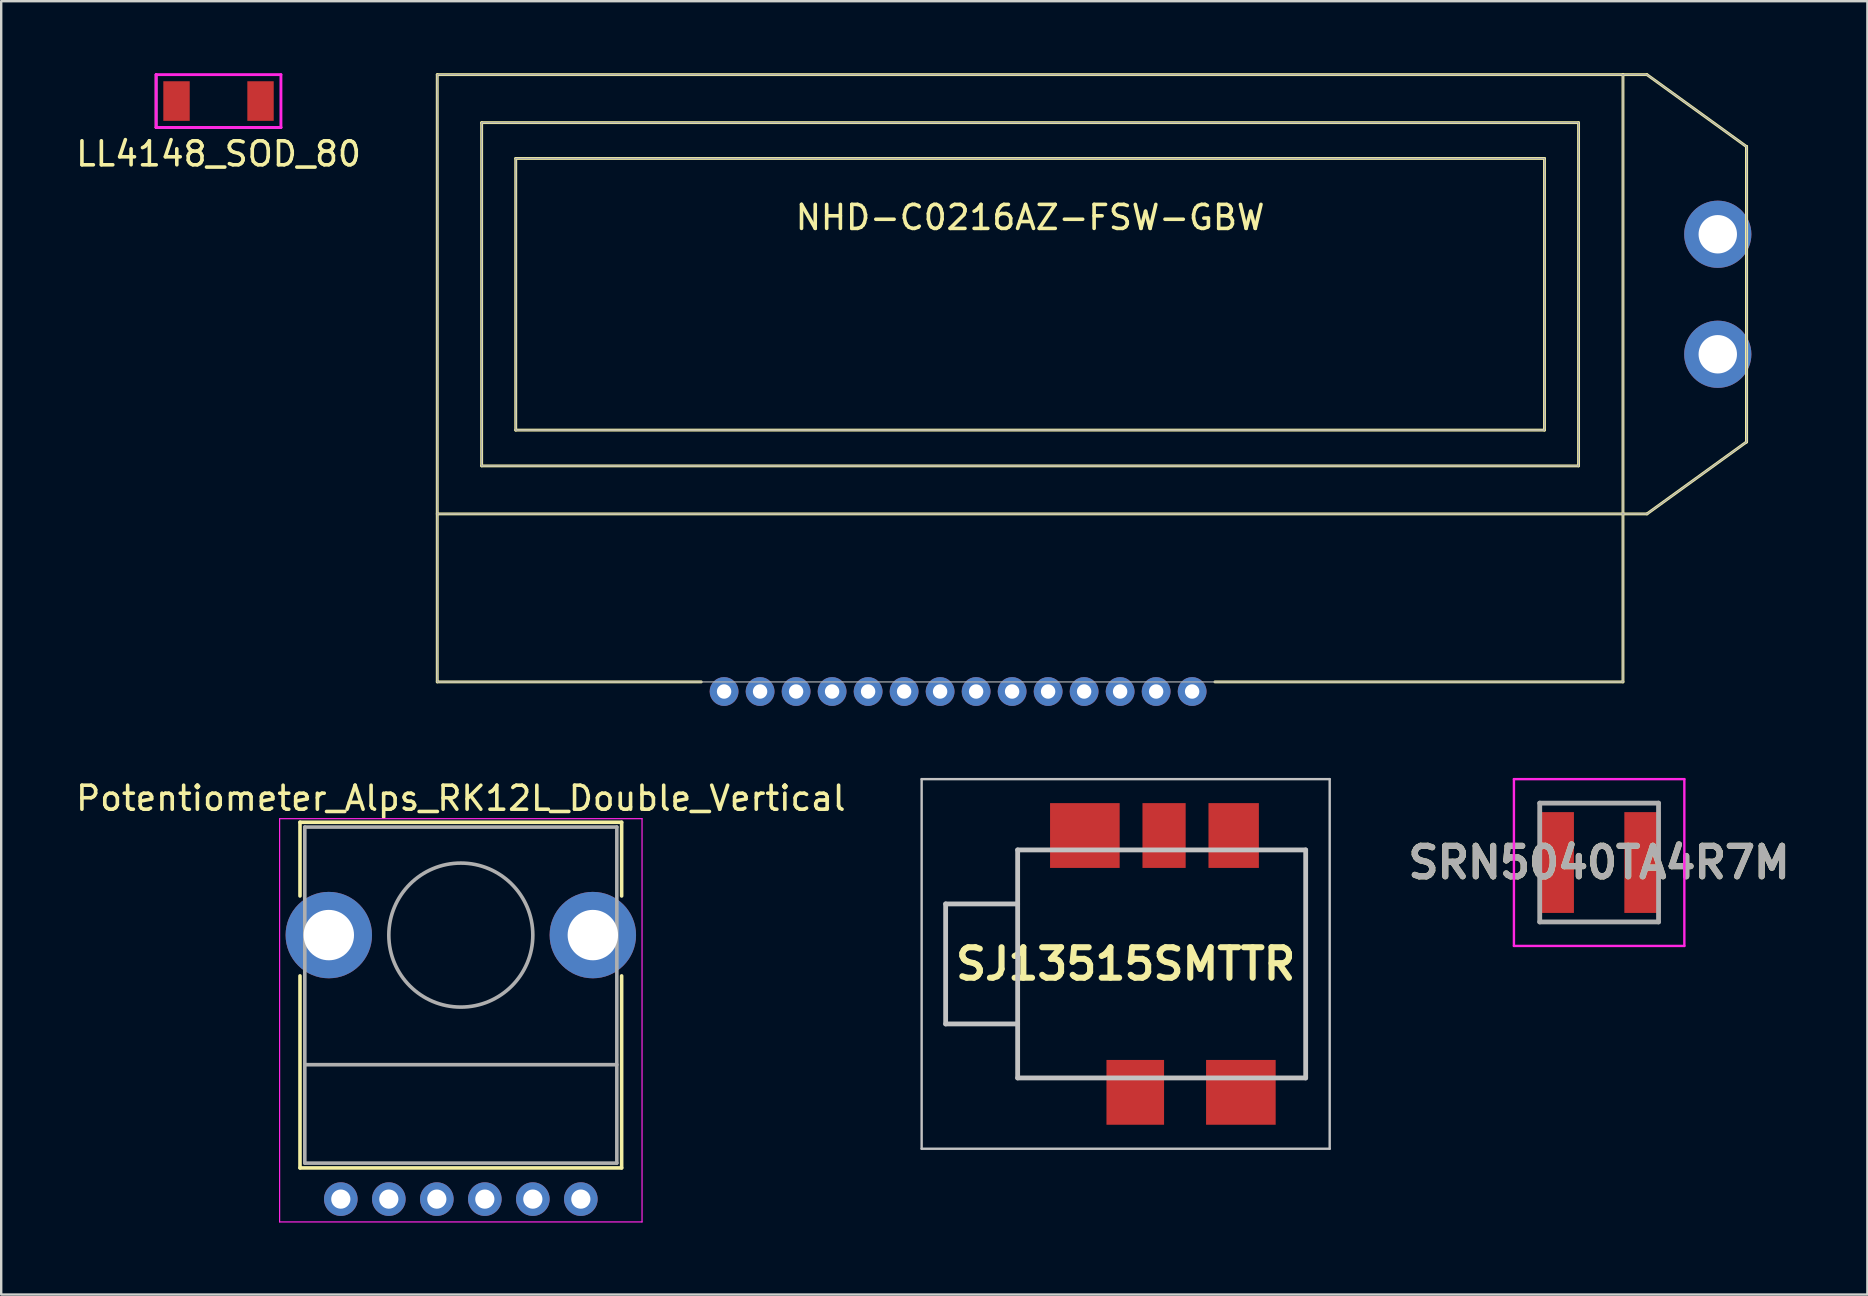
<source format=kicad_pcb>
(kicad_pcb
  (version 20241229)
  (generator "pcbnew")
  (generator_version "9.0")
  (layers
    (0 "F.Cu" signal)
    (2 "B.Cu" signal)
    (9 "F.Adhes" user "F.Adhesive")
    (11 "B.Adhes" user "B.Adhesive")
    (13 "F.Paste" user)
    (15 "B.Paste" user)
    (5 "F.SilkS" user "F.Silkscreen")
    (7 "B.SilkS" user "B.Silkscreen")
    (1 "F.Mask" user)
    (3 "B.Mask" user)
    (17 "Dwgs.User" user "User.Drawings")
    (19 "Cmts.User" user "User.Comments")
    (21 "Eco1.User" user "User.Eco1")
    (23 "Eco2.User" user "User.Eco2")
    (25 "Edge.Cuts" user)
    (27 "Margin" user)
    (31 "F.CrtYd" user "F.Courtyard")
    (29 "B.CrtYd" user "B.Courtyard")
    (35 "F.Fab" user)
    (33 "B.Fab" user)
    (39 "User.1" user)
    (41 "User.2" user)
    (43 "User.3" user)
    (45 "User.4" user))
  (footprint "SJ13515SMTTR"
    (layer "F.Cu")
    (at 43.848 37.11)
    (property "Reference" "SJ13515SMTTR" (at 0 0 0) (layer "F.SilkS") (effects (font (size 1.27 1.27) (thickness 0.254))))
    (attr through_hole)
    (fp_line (start -4.5 -4.75) (end -4.5 4.75) (stroke (width 0.1) (type solid)) (layer "F.SilkS"))
    (fp_line (start -4.5 4.75) (end -1.7 4.75) (stroke (width 0.1) (type solid)) (layer "F.SilkS"))
    (fp_line (start -4 -4.75) (end -4.5 -4.75) (stroke (width 0.1) (type solid)) (layer "F.SilkS"))
    (fp_line (start 6.5 -4.75) (end 7.5 -4.75) (stroke (width 0.1) (type solid)) (layer "F.SilkS"))
    (fp_line (start 7.5 -4.75) (end 7.5 4.75) (stroke (width 0.1) (type solid)) (layer "F.SilkS"))
    (fp_line (start 7.5 4.75) (end 6.5 4.75) (stroke (width 0.1) (type solid)) (layer "F.SilkS"))
    (fp_line (start -8.5 -7.7) (end 8.5 -7.7) (stroke (width 0.1) (type solid)) (layer "Dwgs.User"))
    (fp_line (start -8.5 7.7) (end -8.5 -7.7) (stroke (width 0.1) (type solid)) (layer "Dwgs.User"))
    (fp_line (start -7.5 -2.5) (end -4.5 -2.5) (stroke (width 0.2) (type solid)) (layer "Dwgs.User"))
    (fp_line (start -7.5 2.5) (end -7.5 -2.5) (stroke (width 0.2) (type solid)) (layer "Dwgs.User"))
    (fp_line (start -4.5 -4.75) (end 7.5 -4.75) (stroke (width 0.2) (type solid)) (layer "Dwgs.User"))
    (fp_line (start -4.5 2.5) (end -7.5 2.5) (stroke (width 0.2) (type solid)) (layer "Dwgs.User"))
    (fp_line (start -4.5 4.75) (end -4.5 -4.75) (stroke (width 0.2) (type solid)) (layer "Dwgs.User"))
    (fp_line (start 7.5 -4.75) (end 7.5 4.75) (stroke (width 0.2) (type solid)) (layer "Dwgs.User"))
    (fp_line (start 7.5 4.75) (end -4.5 4.75) (stroke (width 0.2) (type solid)) (layer "Dwgs.User"))
    (fp_line (start 8.5 -7.7) (end 8.5 7.7) (stroke (width 0.1) (type solid)) (layer "Dwgs.User"))
    (fp_line (start 8.5 7.7) (end -8.5 7.7) (stroke (width 0.1) (type solid)) (layer "Dwgs.User"))
    (pad "" np_thru_hole circle (at -1.5 0) (size 0.001 0.001) (drill 1.7) (layers "*.Cu" "*.Mask"))
    (pad "" np_thru_hole circle (at 4.5 0) (size 0.001 0.001) (drill 1.7) (layers "*.Cu" "*.Mask"))
    (pad "R" smd rect (at 4.5 -5.35) (size 2.1 2.7) (layers "F.Cu" "F.Mask" "F.Paste"))
    (pad "RN" smd rect (at 1.6 -5.35) (size 1.8 2.7) (layers "F.Cu" "F.Mask" "F.Paste"))
    (pad "S" smd rect (at -1.7 -5.35 90) (size 2.7 2.9) (layers "F.Cu" "F.Mask" "F.Paste"))
    (pad "T" smd rect (at 4.8 5.35 90) (size 2.7 2.9) (layers "F.Cu" "F.Mask" "F.Paste"))
    (pad "TN" smd rect (at 0.4 5.35) (size 2.4 2.7) (layers "F.Cu" "F.Mask" "F.Paste")))
  (footprint "LL4148_SOD_80"
    (layer "F.Cu")
    (at 6.054 1.16)
    (property "Reference" "LL4148_SOD_80" (at 0 2.2 0) (layer "F.SilkS") (effects (font (size 1 1) (thickness 0.15))))
    (attr smd)
    (fp_line (start -2.6 -1.1) (end -2.6 1.1) (stroke (width 0.05) (type solid)) (layer "F.SilkS"))
    (fp_line (start -2.6 1.1) (end 2.6 1.1) (stroke (width 0.05) (type solid)) (layer "F.SilkS"))
    (fp_line (start -2.6 -1.1) (end -2.6 1.1) (stroke (width 0.12) (type solid)) (layer "F.CrtYd"))
    (fp_line (start -2.6 1.1) (end 2.6 1.1) (stroke (width 0.12) (type solid)) (layer "F.CrtYd"))
    (fp_line (start 2.6 -1.1) (end -2.6 -1.1) (stroke (width 0.12) (type solid)) (layer "F.CrtYd"))
    (fp_line (start 2.6 1.1) (end 2.6 -1.1) (stroke (width 0.12) (type solid)) (layer "F.CrtYd"))
    (fp_line (start -2.6 -1.1) (end -2.6 1.1) (stroke (width 0.12) (type solid)) (layer "F.Fab"))
    (fp_line (start -2.6 1.1) (end 2.6 1.1) (stroke (width 0.12) (type solid)) (layer "F.Fab"))
    (pad "1" smd rect (at -1.75 0) (size 1.1 1.65) (layers "F.Cu" "F.Mask" "F.Paste"))
    (pad "2" smd rect (at 1.75 0) (size 1.1 1.65) (layers "F.Cu" "F.Mask" "F.Paste")))
  (footprint "SRN5040TA4R7M"
    (layer "F.Cu")
    (at 63.574 32.885)
    (property "Reference" "SRN5040TA4R7M" (at 0 0 0) (layer "F.SilkS") (effects (font (size 1.27 1.27) (thickness 0.254))))
    (attr smd)
    (fp_line (start -2.475 -2.475) (end 2.475 -2.475) (stroke (width 0.1) (type solid)) (layer "F.SilkS"))
    (fp_line (start -2.475 2.475) (end 2.475 2.475) (stroke (width 0.1) (type solid)) (layer "F.SilkS"))
    (fp_line (start -3.55 -3.475) (end 3.55 -3.475) (stroke (width 0.1) (type solid)) (layer "F.CrtYd"))
    (fp_line (start -3.55 3.475) (end -3.55 -3.475) (stroke (width 0.1) (type solid)) (layer "F.CrtYd"))
    (fp_line (start 3.55 -3.475) (end 3.55 3.475) (stroke (width 0.1) (type solid)) (layer "F.CrtYd"))
    (fp_line (start 3.55 3.475) (end -3.55 3.475) (stroke (width 0.1) (type solid)) (layer "F.CrtYd"))
    (fp_line (start -2.475 -2.475) (end 2.475 -2.475) (stroke (width 0.2) (type solid)) (layer "F.Fab"))
    (fp_line (start -2.475 2.475) (end -2.475 -2.475) (stroke (width 0.2) (type solid)) (layer "F.Fab"))
    (fp_line (start 2.475 -2.475) (end 2.475 2.475) (stroke (width 0.2) (type solid)) (layer "F.Fab"))
    (fp_line (start 2.475 2.475) (end -2.475 2.475) (stroke (width 0.2) (type solid)) (layer "F.Fab"))
    (fp_text user "${REFERENCE}" (at 0 0 0) (layer "F.Fab") (effects (font (size 1.27 1.27) (thickness 0.254))))
    (pad "1" smd rect (at -1.8 0) (size 1.5 4.2) (layers "F.Cu" "F.Mask" "F.Paste"))
    (pad "2" smd rect (at 1.8 0) (size 1.5 4.2) (layers "F.Cu" "F.Mask" "F.Paste")))
  (footprint "Potentiometer_Alps_RK12L_Double_Vertical"
    (layer "F.Cu")
    (at 16.149 35.908)
    (property "Reference" "Potentiometer_Alps_RK12L_Double_Vertical" (at 0 -5.7 0) (layer "F.SilkS") (effects (font (size 1 1) (thickness 0.15))))
    (attr through_hole)
    (fp_line (start -6.7 -1.63) (end -6.7 -4.7) (stroke (width 0.15) (type solid)) (layer "F.SilkS"))
    (fp_line (start -6.7 1.7) (end -6.7 9.7) (stroke (width 0.15) (type solid)) (layer "F.SilkS"))
    (fp_line (start -6.7 9.7) (end 6.7 9.7) (stroke (width 0.15) (type solid)) (layer "F.SilkS"))
    (fp_line (start 6.7 -4.7) (end -6.7 -4.7) (stroke (width 0.15) (type solid)) (layer "F.SilkS"))
    (fp_line (start 6.7 -1.63) (end 6.7 -4.7) (stroke (width 0.15) (type solid)) (layer "F.SilkS"))
    (fp_line (start 6.7 9.7) (end 6.7 1.7) (stroke (width 0.15) (type solid)) (layer "F.SilkS"))
    (fp_line (start -7.55 -4.85) (end -7.55 11.95) (stroke (width 0.05) (type solid)) (layer "F.CrtYd"))
    (fp_line (start -7.55 11.95) (end 7.55 11.95) (stroke (width 0.05) (type solid)) (layer "F.CrtYd"))
    (fp_line (start 7.55 -4.85) (end -7.55 -4.85) (stroke (width 0.05) (type solid)) (layer "F.CrtYd"))
    (fp_line (start 7.55 11.95) (end 7.55 -4.85) (stroke (width 0.05) (type solid)) (layer "F.CrtYd"))
    (fp_line (start -6.5 -4.5) (end -6.5 9.5) (stroke (width 0.15) (type solid)) (layer "F.Fab"))
    (fp_line (start -6.5 5.4) (end 6.5 5.4) (stroke (width 0.15) (type solid)) (layer "F.Fab"))
    (fp_line (start -6.5 9.5) (end 6.5 9.5) (stroke (width 0.15) (type solid)) (layer "F.Fab"))
    (fp_line (start 6.5 -4.5) (end -6.5 -4.5) (stroke (width 0.15) (type solid)) (layer "F.Fab"))
    (fp_line (start 6.5 9.5) (end 6.5 -4.5) (stroke (width 0.15) (type solid)) (layer "F.Fab"))
    (fp_circle (center 0 0) (end 3 0) (stroke (width 0.15) (type solid)) (fill no) (layer "F.Fab"))
    (pad "1A" thru_hole circle (at -1 11) (size 1.4 1.4) (drill 0.8) (layers "*.Cu" "*.Mask"))
    (pad "1B" thru_hole circle (at -3 11) (size 1.4 1.4) (drill 0.8) (layers "*.Cu" "*.Mask"))
    (pad "2A" thru_hole circle (at 1 11) (size 1.4 1.4) (drill 0.8) (layers "*.Cu" "*.Mask"))
    (pad "2B" thru_hole circle (at -5 11) (size 1.4 1.4) (drill 0.8) (layers "*.Cu" "*.Mask"))
    (pad "3A" thru_hole circle (at 3 11) (size 1.4 1.4) (drill 0.8) (layers "*.Cu" "*.Mask"))
    (pad "3B" thru_hole circle (at 5 11) (size 1.4 1.4) (drill 0.8) (layers "*.Cu" "*.Mask"))
    (pad "CHASSIS1" thru_hole circle (at -5.5 0) (size 3.6 3.6) (drill 2.1) (layers "*.Cu" "*.Mask"))
    (pad "CHASSIS2" thru_hole circle (at 5.5 0) (size 3.6 3.6) (drill 2.1) (layers "*.Cu" "*.Mask")))
  (footprint "NHD-C0216AZ-FSW-GBW"
    (layer "F.Cu")
    (at 39.867 12.71)
    (property "Reference" "NHD-C0216AZ-FSW-GBW" (at 0 -6.7 0) (layer "F.SilkS") (effects (font (size 1 1) (thickness 0.15))))
    (attr through_hole)
    (fp_line (start -24.7 -12.65) (end -24.7 12.65) (stroke (width 0.12) (type solid)) (layer "F.SilkS"))
    (fp_line (start -24.7 -12.65) (end 24.7 -12.65) (stroke (width 0.12) (type solid)) (layer "F.SilkS"))
    (fp_line (start -24.7 12.65) (end -13.7 12.65) (stroke (width 0.12) (type solid)) (layer "F.SilkS"))
    (fp_line (start -22.85 -10.65) (end -22.85 3.65) (stroke (width 0.12) (type solid)) (layer "F.SilkS"))
    (fp_line (start -22.85 -10.65) (end 22.85 -10.65) (stroke (width 0.12) (type solid)) (layer "F.SilkS"))
    (fp_line (start -22.85 3.65) (end 22.85 3.65) (stroke (width 0.12) (type solid)) (layer "F.SilkS"))
    (fp_line (start -21.43 -9.16) (end -21.43 2.16) (stroke (width 0.12) (type solid)) (layer "F.SilkS"))
    (fp_line (start -21.43 -9.16) (end 21.43 -9.16) (stroke (width 0.12) (type solid)) (layer "F.SilkS"))
    (fp_line (start -21.43 2.16) (end 21.43 2.16) (stroke (width 0.12) (type solid)) (layer "F.SilkS"))
    (fp_line (start 7.7 12.65) (end 24.7 12.65) (stroke (width 0.12) (type solid)) (layer "F.SilkS"))
    (fp_line (start 21.43 -9.16) (end 21.43 2.16) (stroke (width 0.12) (type solid)) (layer "F.SilkS"))
    (fp_line (start 22.85 -10.65) (end 22.85 3.65) (stroke (width 0.12) (type solid)) (layer "F.SilkS"))
    (fp_line (start 24.7 -12.65) (end 24.7 12.65) (stroke (width 0.12) (type solid)) (layer "F.SilkS"))
    (fp_line (start 24.7 -12.65) (end 25.7 -12.65) (stroke (width 0.12) (type solid)) (layer "F.SilkS"))
    (fp_line (start 24.7 5.65) (end -24.7 5.65) (stroke (width 0.12) (type solid)) (layer "F.SilkS"))
    (fp_line (start 24.7 5.65) (end 25.7 5.65) (stroke (width 0.12) (type solid)) (layer "F.SilkS"))
    (fp_line (start 25.7 5.65) (end 29.85 2.65) (stroke (width 0.12) (type solid)) (layer "F.SilkS"))
    (fp_line (start 29.85 -9.65) (end 25.7 -12.65) (stroke (width 0.12) (type solid)) (layer "F.SilkS"))
    (fp_line (start 29.85 -9.65) (end 29.85 2.65) (stroke (width 0.12) (type solid)) (layer "F.SilkS"))
    (fp_line (start 29.85 -9.65) (end 29.85 2.65) (stroke (width 0.12) (type solid)) (layer "F.SilkS"))
    (fp_line (start 29.85 -9.65) (end 29.85 2.65) (stroke (width 0.12) (type solid)) (layer "F.SilkS"))
    (fp_line (start -24.7 -12.65) (end -24.7 12.65) (stroke (width 0.05) (type solid)) (layer "F.Fab"))
    (fp_line (start -24.7 -12.65) (end 24.7 -12.65) (stroke (width 0.05) (type solid)) (layer "F.Fab"))
    (fp_line (start -24.7 12.65) (end 24.7 12.65) (stroke (width 0.05) (type solid)) (layer "F.Fab"))
    (fp_line (start -22.85 -10.65) (end -22.85 3.65) (stroke (width 0.05) (type solid)) (layer "F.Fab"))
    (fp_line (start -22.85 -10.65) (end 22.85 -10.65) (stroke (width 0.05) (type solid)) (layer "F.Fab"))
    (fp_line (start -22.85 3.65) (end 22.85 3.65) (stroke (width 0.05) (type solid)) (layer "F.Fab"))
    (fp_line (start -21.43 -9.16) (end -21.43 2.16) (stroke (width 0.05) (type solid)) (layer "F.Fab"))
    (fp_line (start -21.43 -9.16) (end 21.43 -9.16) (stroke (width 0.05) (type solid)) (layer "F.Fab"))
    (fp_line (start -21.43 2.16) (end 21.43 2.16) (stroke (width 0.05) (type solid)) (layer "F.Fab"))
    (fp_line (start 21.43 -9.16) (end 21.43 2.16) (stroke (width 0.05) (type solid)) (layer "F.Fab"))
    (fp_line (start 22.85 -10.65) (end 22.85 3.65) (stroke (width 0.05) (type solid)) (layer "F.Fab"))
    (fp_line (start 24.7 -12.65) (end 24.7 12.65) (stroke (width 0.05) (type solid)) (layer "F.Fab"))
    (fp_line (start 24.7 -12.65) (end 25.7 -12.65) (stroke (width 0.05) (type solid)) (layer "F.Fab"))
    (fp_line (start 24.7 5.65) (end -24.7 5.65) (stroke (width 0.05) (type solid)) (layer "F.Fab"))
    (fp_line (start 24.7 5.65) (end 25.7 5.65) (stroke (width 0.05) (type solid)) (layer "F.Fab"))
    (fp_line (start 25.7 5.65) (end 29.85 2.65) (stroke (width 0.05) (type solid)) (layer "F.Fab"))
    (fp_line (start 29.85 -9.65) (end 25.7 -12.65) (stroke (width 0.05) (type solid)) (layer "F.Fab"))
    (fp_line (start 29.85 -9.65) (end 29.85 2.65) (stroke (width 0.05) (type solid)) (layer "F.Fab"))
    (pad "1" thru_hole circle (at 6.75 13.05) (size 1.2 1.2) (drill 0.6) (layers "*.Cu" "*.Mask"))
    (pad "2" thru_hole circle (at 5.25 13.05) (size 1.2 1.2) (drill 0.6) (layers "*.Cu" "*.Mask"))
    (pad "3" thru_hole circle (at 3.75 13.05) (size 1.2 1.2) (drill 0.6) (layers "*.Cu" "*.Mask"))
    (pad "4" thru_hole circle (at 2.25 13.05) (size 1.2 1.2) (drill 0.6) (layers "*.Cu" "*.Mask"))
    (pad "5" thru_hole circle (at 0.75 13.05) (size 1.2 1.2) (drill 0.6) (layers "*.Cu" "*.Mask"))
    (pad "6" thru_hole circle (at -0.75 13.05) (size 1.2 1.2) (drill 0.6) (layers "*.Cu" "*.Mask"))
    (pad "7" thru_hole circle (at -2.25 13.05) (size 1.2 1.2) (drill 0.6) (layers "*.Cu" "*.Mask"))
    (pad "8" thru_hole circle (at -3.75 13.05) (size 1.2 1.2) (drill 0.6) (layers "*.Cu" "*.Mask"))
    (pad "9" thru_hole circle (at -5.25 13.05) (size 1.2 1.2) (drill 0.6) (layers "*.Cu" "*.Mask"))
    (pad "10" thru_hole circle (at -6.75 13.05) (size 1.2 1.2) (drill 0.6) (layers "*.Cu" "*.Mask"))
    (pad "11" thru_hole circle (at -8.25 13.05) (size 1.2 1.2) (drill 0.6) (layers "*.Cu" "*.Mask"))
    (pad "12" thru_hole circle (at -9.75 13.05) (size 1.2 1.2) (drill 0.6) (layers "*.Cu" "*.Mask"))
    (pad "13" thru_hole circle (at -11.25 13.05) (size 1.2 1.2) (drill 0.6) (layers "*.Cu" "*.Mask"))
    (pad "14" thru_hole circle (at -12.75 13.05) (size 1.2 1.2) (drill 0.6) (layers "*.Cu" "*.Mask"))
    (pad "A" thru_hole circle (at 28.65 -6) (size 2.8 2.8) (drill 1.6) (layers "*.Cu" "*.Mask"))
    (pad "K" thru_hole circle (at 28.65 -1) (size 2.8 2.8) (drill 1.6) (layers "*.Cu" "*.Mask")))
  (gr_rect
    (start -3 -3)
    (end 74.75 50.883)
    (stroke (width 0.1) (type default))
    (fill no)
    (layer "Edge.Cuts")))
</source>
